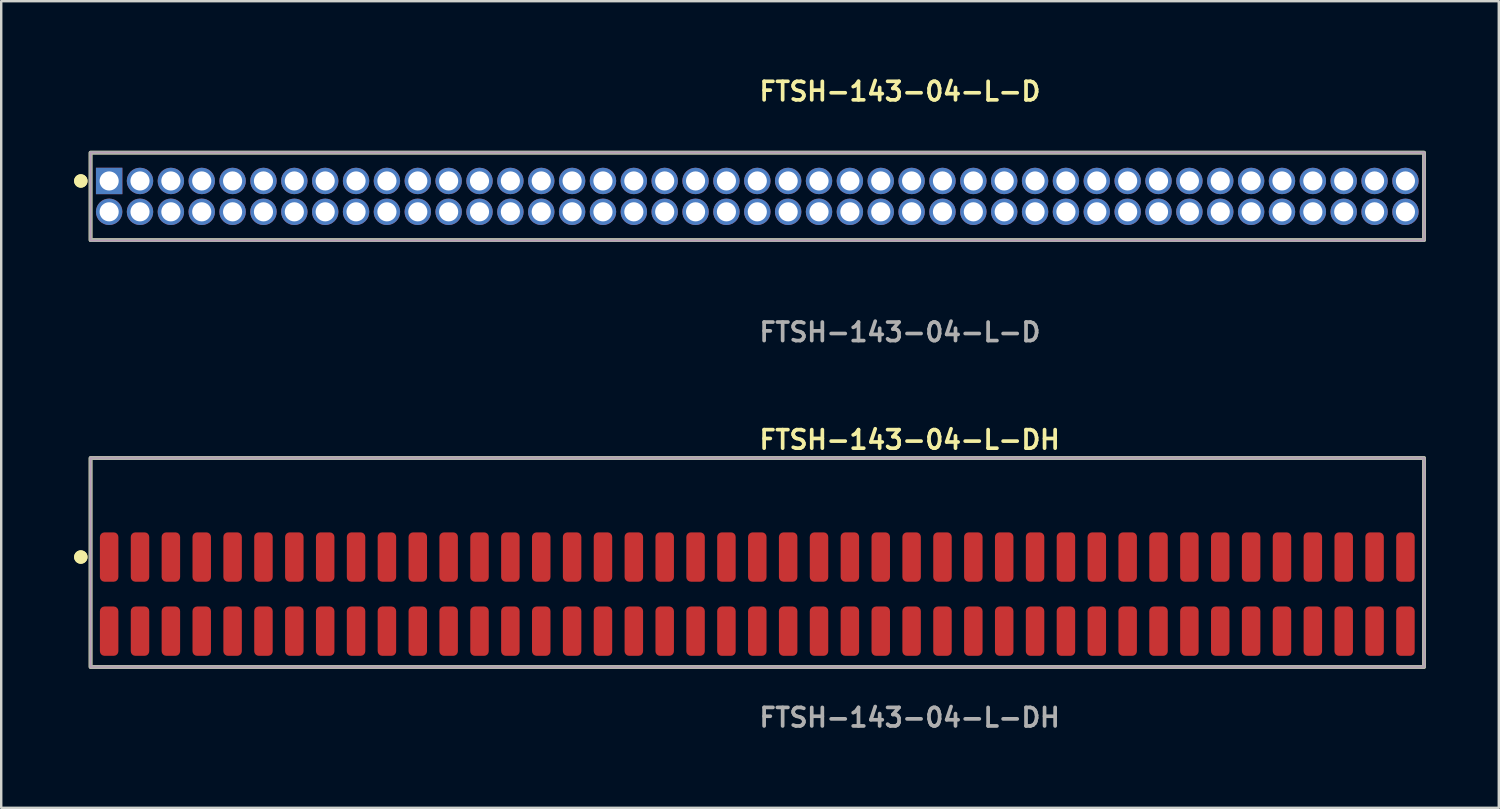
<source format=kicad_pcb>
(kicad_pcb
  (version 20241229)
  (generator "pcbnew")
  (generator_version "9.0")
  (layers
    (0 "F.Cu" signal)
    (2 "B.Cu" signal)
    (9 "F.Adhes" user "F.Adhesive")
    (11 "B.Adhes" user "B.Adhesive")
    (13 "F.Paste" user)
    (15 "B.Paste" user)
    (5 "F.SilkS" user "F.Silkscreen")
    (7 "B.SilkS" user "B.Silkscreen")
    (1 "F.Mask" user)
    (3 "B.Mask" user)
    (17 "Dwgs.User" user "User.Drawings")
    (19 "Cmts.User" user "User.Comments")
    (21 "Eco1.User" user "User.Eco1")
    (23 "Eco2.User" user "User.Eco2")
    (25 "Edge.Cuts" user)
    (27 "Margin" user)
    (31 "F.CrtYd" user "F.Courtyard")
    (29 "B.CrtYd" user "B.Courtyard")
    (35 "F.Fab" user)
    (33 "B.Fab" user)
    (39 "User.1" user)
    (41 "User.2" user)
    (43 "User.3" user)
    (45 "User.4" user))
  (footprint "FTSH-143-04-L-D"
    (layer "F.Cu")
    (at 28.111 5.031)
    (property "Reference" "FTSH-143-04-L-D" (at 0 -4.318 0) (unlocked yes) (layer "F.SilkS") (effects (font (size 0.762 0.762) (thickness 0.152)) (justify left)))
    (fp_rect (start -27.435 1.8) (end 27.435 -1.8) (stroke (width 0.152) (type solid)) (fill no) (layer "F.SilkS"))
    (fp_circle (center -27.835 -0.635) (end -28.035 -0.635) (stroke (width 0.152) (type solid)) (fill yes) (layer "F.SilkS"))
    (fp_circle (center -27.835 -0.635) (end -28.035 -0.635) (stroke (width 0.152) (type solid)) (fill yes) (layer "F.SilkS"))
    (fp_rect (start -27.435 1.8) (end 27.435 -1.8) (stroke (width 0.006) (type solid)) (fill no) (layer "F.CrtYd"))
    (fp_rect (start -27.435 1.8) (end 27.435 -1.8) (stroke (width 0.152) (type solid)) (fill no) (layer "F.Fab"))
    (fp_text user "${REFERENCE}" (at 0 5.588 0) (unlocked yes) (layer "F.Fab") (effects (font (size 0.762 0.762) (thickness 0.152)) (justify left)))
    (pad "1" thru_hole rect (at -26.67 -0.635) (size 1.087 1.087) (drill 0.787) (layers "*.Cu" "*.Mask"))
    (pad "2" thru_hole circle (at -26.67 0.635) (size 1.087 1.087) (drill 0.787) (layers "*.Cu" "*.Mask"))
    (pad "3" thru_hole circle (at -25.4 -0.635) (size 1.087 1.087) (drill 0.787) (layers "*.Cu" "*.Mask"))
    (pad "4" thru_hole circle (at -25.4 0.635) (size 1.087 1.087) (drill 0.787) (layers "*.Cu" "*.Mask"))
    (pad "5" thru_hole circle (at -24.13 -0.635) (size 1.087 1.087) (drill 0.787) (layers "*.Cu" "*.Mask"))
    (pad "6" thru_hole circle (at -24.13 0.635) (size 1.087 1.087) (drill 0.787) (layers "*.Cu" "*.Mask"))
    (pad "7" thru_hole circle (at -22.86 -0.635) (size 1.087 1.087) (drill 0.787) (layers "*.Cu" "*.Mask"))
    (pad "8" thru_hole circle (at -22.86 0.635) (size 1.087 1.087) (drill 0.787) (layers "*.Cu" "*.Mask"))
    (pad "9" thru_hole circle (at -21.59 -0.635) (size 1.087 1.087) (drill 0.787) (layers "*.Cu" "*.Mask"))
    (pad "10" thru_hole circle (at -21.59 0.635) (size 1.087 1.087) (drill 0.787) (layers "*.Cu" "*.Mask"))
    (pad "11" thru_hole circle (at -20.32 -0.635) (size 1.087 1.087) (drill 0.787) (layers "*.Cu" "*.Mask"))
    (pad "12" thru_hole circle (at -20.32 0.635) (size 1.087 1.087) (drill 0.787) (layers "*.Cu" "*.Mask"))
    (pad "13" thru_hole circle (at -19.05 -0.635) (size 1.087 1.087) (drill 0.787) (layers "*.Cu" "*.Mask"))
    (pad "14" thru_hole circle (at -19.05 0.635) (size 1.087 1.087) (drill 0.787) (layers "*.Cu" "*.Mask"))
    (pad "15" thru_hole circle (at -17.78 -0.635) (size 1.087 1.087) (drill 0.787) (layers "*.Cu" "*.Mask"))
    (pad "16" thru_hole circle (at -17.78 0.635) (size 1.087 1.087) (drill 0.787) (layers "*.Cu" "*.Mask"))
    (pad "17" thru_hole circle (at -16.51 -0.635) (size 1.087 1.087) (drill 0.787) (layers "*.Cu" "*.Mask"))
    (pad "18" thru_hole circle (at -16.51 0.635) (size 1.087 1.087) (drill 0.787) (layers "*.Cu" "*.Mask"))
    (pad "19" thru_hole circle (at -15.24 -0.635) (size 1.087 1.087) (drill 0.787) (layers "*.Cu" "*.Mask"))
    (pad "20" thru_hole circle (at -15.24 0.635) (size 1.087 1.087) (drill 0.787) (layers "*.Cu" "*.Mask"))
    (pad "21" thru_hole circle (at -13.97 -0.635) (size 1.087 1.087) (drill 0.787) (layers "*.Cu" "*.Mask"))
    (pad "22" thru_hole circle (at -13.97 0.635) (size 1.087 1.087) (drill 0.787) (layers "*.Cu" "*.Mask"))
    (pad "23" thru_hole circle (at -12.7 -0.635) (size 1.087 1.087) (drill 0.787) (layers "*.Cu" "*.Mask"))
    (pad "24" thru_hole circle (at -12.7 0.635) (size 1.087 1.087) (drill 0.787) (layers "*.Cu" "*.Mask"))
    (pad "25" thru_hole circle (at -11.43 -0.635) (size 1.087 1.087) (drill 0.787) (layers "*.Cu" "*.Mask"))
    (pad "26" thru_hole circle (at -11.43 0.635) (size 1.087 1.087) (drill 0.787) (layers "*.Cu" "*.Mask"))
    (pad "27" thru_hole circle (at -10.16 -0.635) (size 1.087 1.087) (drill 0.787) (layers "*.Cu" "*.Mask"))
    (pad "28" thru_hole circle (at -10.16 0.635) (size 1.087 1.087) (drill 0.787) (layers "*.Cu" "*.Mask"))
    (pad "29" thru_hole circle (at -8.89 -0.635) (size 1.087 1.087) (drill 0.787) (layers "*.Cu" "*.Mask"))
    (pad "30" thru_hole circle (at -8.89 0.635) (size 1.087 1.087) (drill 0.787) (layers "*.Cu" "*.Mask"))
    (pad "31" thru_hole circle (at -7.62 -0.635) (size 1.087 1.087) (drill 0.787) (layers "*.Cu" "*.Mask"))
    (pad "32" thru_hole circle (at -7.62 0.635) (size 1.087 1.087) (drill 0.787) (layers "*.Cu" "*.Mask"))
    (pad "33" thru_hole circle (at -6.35 -0.635) (size 1.087 1.087) (drill 0.787) (layers "*.Cu" "*.Mask"))
    (pad "34" thru_hole circle (at -6.35 0.635) (size 1.087 1.087) (drill 0.787) (layers "*.Cu" "*.Mask"))
    (pad "35" thru_hole circle (at -5.08 -0.635) (size 1.087 1.087) (drill 0.787) (layers "*.Cu" "*.Mask"))
    (pad "36" thru_hole circle (at -5.08 0.635) (size 1.087 1.087) (drill 0.787) (layers "*.Cu" "*.Mask"))
    (pad "37" thru_hole circle (at -3.81 -0.635) (size 1.087 1.087) (drill 0.787) (layers "*.Cu" "*.Mask"))
    (pad "38" thru_hole circle (at -3.81 0.635) (size 1.087 1.087) (drill 0.787) (layers "*.Cu" "*.Mask"))
    (pad "39" thru_hole circle (at -2.54 -0.635) (size 1.087 1.087) (drill 0.787) (layers "*.Cu" "*.Mask"))
    (pad "40" thru_hole circle (at -2.54 0.635) (size 1.087 1.087) (drill 0.787) (layers "*.Cu" "*.Mask"))
    (pad "41" thru_hole circle (at -1.27 -0.635) (size 1.087 1.087) (drill 0.787) (layers "*.Cu" "*.Mask"))
    (pad "42" thru_hole circle (at -1.27 0.635) (size 1.087 1.087) (drill 0.787) (layers "*.Cu" "*.Mask"))
    (pad "43" thru_hole circle (at 0 -0.635) (size 1.087 1.087) (drill 0.787) (layers "*.Cu" "*.Mask"))
    (pad "44" thru_hole circle (at 0 0.635) (size 1.087 1.087) (drill 0.787) (layers "*.Cu" "*.Mask"))
    (pad "45" thru_hole circle (at 1.27 -0.635) (size 1.087 1.087) (drill 0.787) (layers "*.Cu" "*.Mask"))
    (pad "46" thru_hole circle (at 1.27 0.635) (size 1.087 1.087) (drill 0.787) (layers "*.Cu" "*.Mask"))
    (pad "47" thru_hole circle (at 2.54 -0.635) (size 1.087 1.087) (drill 0.787) (layers "*.Cu" "*.Mask"))
    (pad "48" thru_hole circle (at 2.54 0.635) (size 1.087 1.087) (drill 0.787) (layers "*.Cu" "*.Mask"))
    (pad "49" thru_hole circle (at 3.81 -0.635) (size 1.087 1.087) (drill 0.787) (layers "*.Cu" "*.Mask"))
    (pad "50" thru_hole circle (at 3.81 0.635) (size 1.087 1.087) (drill 0.787) (layers "*.Cu" "*.Mask"))
    (pad "51" thru_hole circle (at 5.08 -0.635) (size 1.087 1.087) (drill 0.787) (layers "*.Cu" "*.Mask"))
    (pad "52" thru_hole circle (at 5.08 0.635) (size 1.087 1.087) (drill 0.787) (layers "*.Cu" "*.Mask"))
    (pad "53" thru_hole circle (at 6.35 -0.635) (size 1.087 1.087) (drill 0.787) (layers "*.Cu" "*.Mask"))
    (pad "54" thru_hole circle (at 6.35 0.635) (size 1.087 1.087) (drill 0.787) (layers "*.Cu" "*.Mask"))
    (pad "55" thru_hole circle (at 7.62 -0.635) (size 1.087 1.087) (drill 0.787) (layers "*.Cu" "*.Mask"))
    (pad "56" thru_hole circle (at 7.62 0.635) (size 1.087 1.087) (drill 0.787) (layers "*.Cu" "*.Mask"))
    (pad "57" thru_hole circle (at 8.89 -0.635) (size 1.087 1.087) (drill 0.787) (layers "*.Cu" "*.Mask"))
    (pad "58" thru_hole circle (at 8.89 0.635) (size 1.087 1.087) (drill 0.787) (layers "*.Cu" "*.Mask"))
    (pad "59" thru_hole circle (at 10.16 -0.635) (size 1.087 1.087) (drill 0.787) (layers "*.Cu" "*.Mask"))
    (pad "60" thru_hole circle (at 10.16 0.635) (size 1.087 1.087) (drill 0.787) (layers "*.Cu" "*.Mask"))
    (pad "61" thru_hole circle (at 11.43 -0.635) (size 1.087 1.087) (drill 0.787) (layers "*.Cu" "*.Mask"))
    (pad "62" thru_hole circle (at 11.43 0.635) (size 1.087 1.087) (drill 0.787) (layers "*.Cu" "*.Mask"))
    (pad "63" thru_hole circle (at 12.7 -0.635) (size 1.087 1.087) (drill 0.787) (layers "*.Cu" "*.Mask"))
    (pad "64" thru_hole circle (at 12.7 0.635) (size 1.087 1.087) (drill 0.787) (layers "*.Cu" "*.Mask"))
    (pad "65" thru_hole circle (at 13.97 -0.635) (size 1.087 1.087) (drill 0.787) (layers "*.Cu" "*.Mask"))
    (pad "66" thru_hole circle (at 13.97 0.635) (size 1.087 1.087) (drill 0.787) (layers "*.Cu" "*.Mask"))
    (pad "67" thru_hole circle (at 15.24 -0.635) (size 1.087 1.087) (drill 0.787) (layers "*.Cu" "*.Mask"))
    (pad "68" thru_hole circle (at 15.24 0.635) (size 1.087 1.087) (drill 0.787) (layers "*.Cu" "*.Mask"))
    (pad "69" thru_hole circle (at 16.51 -0.635) (size 1.087 1.087) (drill 0.787) (layers "*.Cu" "*.Mask"))
    (pad "70" thru_hole circle (at 16.51 0.635) (size 1.087 1.087) (drill 0.787) (layers "*.Cu" "*.Mask"))
    (pad "71" thru_hole circle (at 17.78 -0.635) (size 1.087 1.087) (drill 0.787) (layers "*.Cu" "*.Mask"))
    (pad "72" thru_hole circle (at 17.78 0.635) (size 1.087 1.087) (drill 0.787) (layers "*.Cu" "*.Mask"))
    (pad "73" thru_hole circle (at 19.05 -0.635) (size 1.087 1.087) (drill 0.787) (layers "*.Cu" "*.Mask"))
    (pad "74" thru_hole circle (at 19.05 0.635) (size 1.087 1.087) (drill 0.787) (layers "*.Cu" "*.Mask"))
    (pad "75" thru_hole circle (at 20.32 -0.635) (size 1.087 1.087) (drill 0.787) (layers "*.Cu" "*.Mask"))
    (pad "76" thru_hole circle (at 20.32 0.635) (size 1.087 1.087) (drill 0.787) (layers "*.Cu" "*.Mask"))
    (pad "77" thru_hole circle (at 21.59 -0.635) (size 1.087 1.087) (drill 0.787) (layers "*.Cu" "*.Mask"))
    (pad "78" thru_hole circle (at 21.59 0.635) (size 1.087 1.087) (drill 0.787) (layers "*.Cu" "*.Mask"))
    (pad "79" thru_hole circle (at 22.86 -0.635) (size 1.087 1.087) (drill 0.787) (layers "*.Cu" "*.Mask"))
    (pad "80" thru_hole circle (at 22.86 0.635) (size 1.087 1.087) (drill 0.787) (layers "*.Cu" "*.Mask"))
    (pad "81" thru_hole circle (at 24.13 -0.635) (size 1.087 1.087) (drill 0.787) (layers "*.Cu" "*.Mask"))
    (pad "82" thru_hole circle (at 24.13 0.635) (size 1.087 1.087) (drill 0.787) (layers "*.Cu" "*.Mask"))
    (pad "83" thru_hole circle (at 25.4 -0.635) (size 1.087 1.087) (drill 0.787) (layers "*.Cu" "*.Mask"))
    (pad "84" thru_hole circle (at 25.4 0.635) (size 1.087 1.087) (drill 0.787) (layers "*.Cu" "*.Mask"))
    (pad "85" thru_hole circle (at 26.67 -0.635) (size 1.087 1.087) (drill 0.787) (layers "*.Cu" "*.Mask"))
    (pad "86" thru_hole circle (at 26.67 0.635) (size 1.087 1.087) (drill 0.787) (layers "*.Cu" "*.Mask")))
  (footprint "FTSH-143-04-L-DH"
    (layer "F.Cu")
    (at 28.111 21.396)
    (property "Reference" "FTSH-143-04-L-DH" (at 0 -6.35 0) (unlocked yes) (layer "F.SilkS") (effects (font (size 0.762 0.762) (thickness 0.152)) (justify left)))
    (fp_rect (start -27.435 3) (end 27.435 -5.6) (stroke (width 0.152) (type solid)) (fill no) (layer "F.SilkS"))
    (fp_circle (center -27.835 -1.525) (end -28.035 -1.525) (stroke (width 0.152) (type solid)) (fill yes) (layer "F.SilkS"))
    (fp_circle (center -27.835 -1.525) (end -28.035 -1.525) (stroke (width 0.152) (type solid)) (fill yes) (layer "F.SilkS"))
    (fp_rect (start -27.435 3) (end 27.435 -5.6) (stroke (width 0.006) (type solid)) (fill no) (layer "F.CrtYd"))
    (fp_rect (start -27.435 3) (end 27.435 -5.6) (stroke (width 0.152) (type solid)) (fill no) (layer "F.Fab"))
    (fp_text user "${REFERENCE}" (at 0 5.08 0) (unlocked yes) (layer "F.Fab") (effects (font (size 0.762 0.762) (thickness 0.152)) (justify left)))
    (pad "1" smd roundrect (at -26.67 -1.525) (size 0.76 2.03) (layers "F.Cu" "F.Paste") (roundrect_rratio 0.25))
    (pad "2" smd roundrect (at -26.67 1.525) (size 0.76 2.03) (layers "F.Cu" "F.Paste") (roundrect_rratio 0.25))
    (pad "3" smd roundrect (at -25.4 -1.525) (size 0.76 2.03) (layers "F.Cu" "F.Paste") (roundrect_rratio 0.25))
    (pad "4" smd roundrect (at -25.4 1.525) (size 0.76 2.03) (layers "F.Cu" "F.Paste") (roundrect_rratio 0.25))
    (pad "5" smd roundrect (at -24.13 -1.525) (size 0.76 2.03) (layers "F.Cu" "F.Paste") (roundrect_rratio 0.25))
    (pad "6" smd roundrect (at -24.13 1.525) (size 0.76 2.03) (layers "F.Cu" "F.Paste") (roundrect_rratio 0.25))
    (pad "7" smd roundrect (at -22.86 -1.525) (size 0.76 2.03) (layers "F.Cu" "F.Paste") (roundrect_rratio 0.25))
    (pad "8" smd roundrect (at -22.86 1.525) (size 0.76 2.03) (layers "F.Cu" "F.Paste") (roundrect_rratio 0.25))
    (pad "9" smd roundrect (at -21.59 -1.525) (size 0.76 2.03) (layers "F.Cu" "F.Paste") (roundrect_rratio 0.25))
    (pad "10" smd roundrect (at -21.59 1.525) (size 0.76 2.03) (layers "F.Cu" "F.Paste") (roundrect_rratio 0.25))
    (pad "11" smd roundrect (at -20.32 -1.525) (size 0.76 2.03) (layers "F.Cu" "F.Paste") (roundrect_rratio 0.25))
    (pad "12" smd roundrect (at -20.32 1.525) (size 0.76 2.03) (layers "F.Cu" "F.Paste") (roundrect_rratio 0.25))
    (pad "13" smd roundrect (at -19.05 -1.525) (size 0.76 2.03) (layers "F.Cu" "F.Paste") (roundrect_rratio 0.25))
    (pad "14" smd roundrect (at -19.05 1.525) (size 0.76 2.03) (layers "F.Cu" "F.Paste") (roundrect_rratio 0.25))
    (pad "15" smd roundrect (at -17.78 -1.525) (size 0.76 2.03) (layers "F.Cu" "F.Paste") (roundrect_rratio 0.25))
    (pad "16" smd roundrect (at -17.78 1.525) (size 0.76 2.03) (layers "F.Cu" "F.Paste") (roundrect_rratio 0.25))
    (pad "17" smd roundrect (at -16.51 -1.525) (size 0.76 2.03) (layers "F.Cu" "F.Paste") (roundrect_rratio 0.25))
    (pad "18" smd roundrect (at -16.51 1.525) (size 0.76 2.03) (layers "F.Cu" "F.Paste") (roundrect_rratio 0.25))
    (pad "19" smd roundrect (at -15.24 -1.525) (size 0.76 2.03) (layers "F.Cu" "F.Paste") (roundrect_rratio 0.25))
    (pad "20" smd roundrect (at -15.24 1.525) (size 0.76 2.03) (layers "F.Cu" "F.Paste") (roundrect_rratio 0.25))
    (pad "21" smd roundrect (at -13.97 -1.525) (size 0.76 2.03) (layers "F.Cu" "F.Paste") (roundrect_rratio 0.25))
    (pad "22" smd roundrect (at -13.97 1.525) (size 0.76 2.03) (layers "F.Cu" "F.Paste") (roundrect_rratio 0.25))
    (pad "23" smd roundrect (at -12.7 -1.525) (size 0.76 2.03) (layers "F.Cu" "F.Paste") (roundrect_rratio 0.25))
    (pad "24" smd roundrect (at -12.7 1.525) (size 0.76 2.03) (layers "F.Cu" "F.Paste") (roundrect_rratio 0.25))
    (pad "25" smd roundrect (at -11.43 -1.525) (size 0.76 2.03) (layers "F.Cu" "F.Paste") (roundrect_rratio 0.25))
    (pad "26" smd roundrect (at -11.43 1.525) (size 0.76 2.03) (layers "F.Cu" "F.Paste") (roundrect_rratio 0.25))
    (pad "27" smd roundrect (at -10.16 -1.525) (size 0.76 2.03) (layers "F.Cu" "F.Paste") (roundrect_rratio 0.25))
    (pad "28" smd roundrect (at -10.16 1.525) (size 0.76 2.03) (layers "F.Cu" "F.Paste") (roundrect_rratio 0.25))
    (pad "29" smd roundrect (at -8.89 -1.525) (size 0.76 2.03) (layers "F.Cu" "F.Paste") (roundrect_rratio 0.25))
    (pad "30" smd roundrect (at -8.89 1.525) (size 0.76 2.03) (layers "F.Cu" "F.Paste") (roundrect_rratio 0.25))
    (pad "31" smd roundrect (at -7.62 -1.525) (size 0.76 2.03) (layers "F.Cu" "F.Paste") (roundrect_rratio 0.25))
    (pad "32" smd roundrect (at -7.62 1.525) (size 0.76 2.03) (layers "F.Cu" "F.Paste") (roundrect_rratio 0.25))
    (pad "33" smd roundrect (at -6.35 -1.525) (size 0.76 2.03) (layers "F.Cu" "F.Paste") (roundrect_rratio 0.25))
    (pad "34" smd roundrect (at -6.35 1.525) (size 0.76 2.03) (layers "F.Cu" "F.Paste") (roundrect_rratio 0.25))
    (pad "35" smd roundrect (at -5.08 -1.525) (size 0.76 2.03) (layers "F.Cu" "F.Paste") (roundrect_rratio 0.25))
    (pad "36" smd roundrect (at -5.08 1.525) (size 0.76 2.03) (layers "F.Cu" "F.Paste") (roundrect_rratio 0.25))
    (pad "37" smd roundrect (at -3.81 -1.525) (size 0.76 2.03) (layers "F.Cu" "F.Paste") (roundrect_rratio 0.25))
    (pad "38" smd roundrect (at -3.81 1.525) (size 0.76 2.03) (layers "F.Cu" "F.Paste") (roundrect_rratio 0.25))
    (pad "39" smd roundrect (at -2.54 -1.525) (size 0.76 2.03) (layers "F.Cu" "F.Paste") (roundrect_rratio 0.25))
    (pad "40" smd roundrect (at -2.54 1.525) (size 0.76 2.03) (layers "F.Cu" "F.Paste") (roundrect_rratio 0.25))
    (pad "41" smd roundrect (at -1.27 -1.525) (size 0.76 2.03) (layers "F.Cu" "F.Paste") (roundrect_rratio 0.25))
    (pad "42" smd roundrect (at -1.27 1.525) (size 0.76 2.03) (layers "F.Cu" "F.Paste") (roundrect_rratio 0.25))
    (pad "43" smd roundrect (at 0 -1.525) (size 0.76 2.03) (layers "F.Cu" "F.Paste") (roundrect_rratio 0.25))
    (pad "44" smd roundrect (at 0 1.525) (size 0.76 2.03) (layers "F.Cu" "F.Paste") (roundrect_rratio 0.25))
    (pad "45" smd roundrect (at 1.27 -1.525) (size 0.76 2.03) (layers "F.Cu" "F.Paste") (roundrect_rratio 0.25))
    (pad "46" smd roundrect (at 1.27 1.525) (size 0.76 2.03) (layers "F.Cu" "F.Paste") (roundrect_rratio 0.25))
    (pad "47" smd roundrect (at 2.54 -1.525) (size 0.76 2.03) (layers "F.Cu" "F.Paste") (roundrect_rratio 0.25))
    (pad "48" smd roundrect (at 2.54 1.525) (size 0.76 2.03) (layers "F.Cu" "F.Paste") (roundrect_rratio 0.25))
    (pad "49" smd roundrect (at 3.81 -1.525) (size 0.76 2.03) (layers "F.Cu" "F.Paste") (roundrect_rratio 0.25))
    (pad "50" smd roundrect (at 3.81 1.525) (size 0.76 2.03) (layers "F.Cu" "F.Paste") (roundrect_rratio 0.25))
    (pad "51" smd roundrect (at 5.08 -1.525) (size 0.76 2.03) (layers "F.Cu" "F.Paste") (roundrect_rratio 0.25))
    (pad "52" smd roundrect (at 5.08 1.525) (size 0.76 2.03) (layers "F.Cu" "F.Paste") (roundrect_rratio 0.25))
    (pad "53" smd roundrect (at 6.35 -1.525) (size 0.76 2.03) (layers "F.Cu" "F.Paste") (roundrect_rratio 0.25))
    (pad "54" smd roundrect (at 6.35 1.525) (size 0.76 2.03) (layers "F.Cu" "F.Paste") (roundrect_rratio 0.25))
    (pad "55" smd roundrect (at 7.62 -1.525) (size 0.76 2.03) (layers "F.Cu" "F.Paste") (roundrect_rratio 0.25))
    (pad "56" smd roundrect (at 7.62 1.525) (size 0.76 2.03) (layers "F.Cu" "F.Paste") (roundrect_rratio 0.25))
    (pad "57" smd roundrect (at 8.89 -1.525) (size 0.76 2.03) (layers "F.Cu" "F.Paste") (roundrect_rratio 0.25))
    (pad "58" smd roundrect (at 8.89 1.525) (size 0.76 2.03) (layers "F.Cu" "F.Paste") (roundrect_rratio 0.25))
    (pad "59" smd roundrect (at 10.16 -1.525) (size 0.76 2.03) (layers "F.Cu" "F.Paste") (roundrect_rratio 0.25))
    (pad "60" smd roundrect (at 10.16 1.525) (size 0.76 2.03) (layers "F.Cu" "F.Paste") (roundrect_rratio 0.25))
    (pad "61" smd roundrect (at 11.43 -1.525) (size 0.76 2.03) (layers "F.Cu" "F.Paste") (roundrect_rratio 0.25))
    (pad "62" smd roundrect (at 11.43 1.525) (size 0.76 2.03) (layers "F.Cu" "F.Paste") (roundrect_rratio 0.25))
    (pad "63" smd roundrect (at 12.7 -1.525) (size 0.76 2.03) (layers "F.Cu" "F.Paste") (roundrect_rratio 0.25))
    (pad "64" smd roundrect (at 12.7 1.525) (size 0.76 2.03) (layers "F.Cu" "F.Paste") (roundrect_rratio 0.25))
    (pad "65" smd roundrect (at 13.97 -1.525) (size 0.76 2.03) (layers "F.Cu" "F.Paste") (roundrect_rratio 0.25))
    (pad "66" smd roundrect (at 13.97 1.525) (size 0.76 2.03) (layers "F.Cu" "F.Paste") (roundrect_rratio 0.25))
    (pad "67" smd roundrect (at 15.24 -1.525) (size 0.76 2.03) (layers "F.Cu" "F.Paste") (roundrect_rratio 0.25))
    (pad "68" smd roundrect (at 15.24 1.525) (size 0.76 2.03) (layers "F.Cu" "F.Paste") (roundrect_rratio 0.25))
    (pad "69" smd roundrect (at 16.51 -1.525) (size 0.76 2.03) (layers "F.Cu" "F.Paste") (roundrect_rratio 0.25))
    (pad "70" smd roundrect (at 16.51 1.525) (size 0.76 2.03) (layers "F.Cu" "F.Paste") (roundrect_rratio 0.25))
    (pad "71" smd roundrect (at 17.78 -1.525) (size 0.76 2.03) (layers "F.Cu" "F.Paste") (roundrect_rratio 0.25))
    (pad "72" smd roundrect (at 17.78 1.525) (size 0.76 2.03) (layers "F.Cu" "F.Paste") (roundrect_rratio 0.25))
    (pad "73" smd roundrect (at 19.05 -1.525) (size 0.76 2.03) (layers "F.Cu" "F.Paste") (roundrect_rratio 0.25))
    (pad "74" smd roundrect (at 19.05 1.525) (size 0.76 2.03) (layers "F.Cu" "F.Paste") (roundrect_rratio 0.25))
    (pad "75" smd roundrect (at 20.32 -1.525) (size 0.76 2.03) (layers "F.Cu" "F.Paste") (roundrect_rratio 0.25))
    (pad "76" smd roundrect (at 20.32 1.525) (size 0.76 2.03) (layers "F.Cu" "F.Paste") (roundrect_rratio 0.25))
    (pad "77" smd roundrect (at 21.59 -1.525) (size 0.76 2.03) (layers "F.Cu" "F.Paste") (roundrect_rratio 0.25))
    (pad "78" smd roundrect (at 21.59 1.525) (size 0.76 2.03) (layers "F.Cu" "F.Paste") (roundrect_rratio 0.25))
    (pad "79" smd roundrect (at 22.86 -1.525) (size 0.76 2.03) (layers "F.Cu" "F.Paste") (roundrect_rratio 0.25))
    (pad "80" smd roundrect (at 22.86 1.525) (size 0.76 2.03) (layers "F.Cu" "F.Paste") (roundrect_rratio 0.25))
    (pad "81" smd roundrect (at 24.13 -1.525) (size 0.76 2.03) (layers "F.Cu" "F.Paste") (roundrect_rratio 0.25))
    (pad "82" smd roundrect (at 24.13 1.525) (size 0.76 2.03) (layers "F.Cu" "F.Paste") (roundrect_rratio 0.25))
    (pad "83" smd roundrect (at 25.4 -1.525) (size 0.76 2.03) (layers "F.Cu" "F.Paste") (roundrect_rratio 0.25))
    (pad "84" smd roundrect (at 25.4 1.525) (size 0.76 2.03) (layers "F.Cu" "F.Paste") (roundrect_rratio 0.25))
    (pad "85" smd roundrect (at 26.67 -1.525) (size 0.76 2.03) (layers "F.Cu" "F.Paste") (roundrect_rratio 0.25))
    (pad "86" smd roundrect (at 26.67 1.525) (size 0.76 2.03) (layers "F.Cu" "F.Paste") (roundrect_rratio 0.25)))
  (gr_rect
    (start -3 -3)
    (end 58.622 30.189)
    (stroke (width 0.1) (type default))
    (fill no)
    (layer "Edge.Cuts")))
</source>
